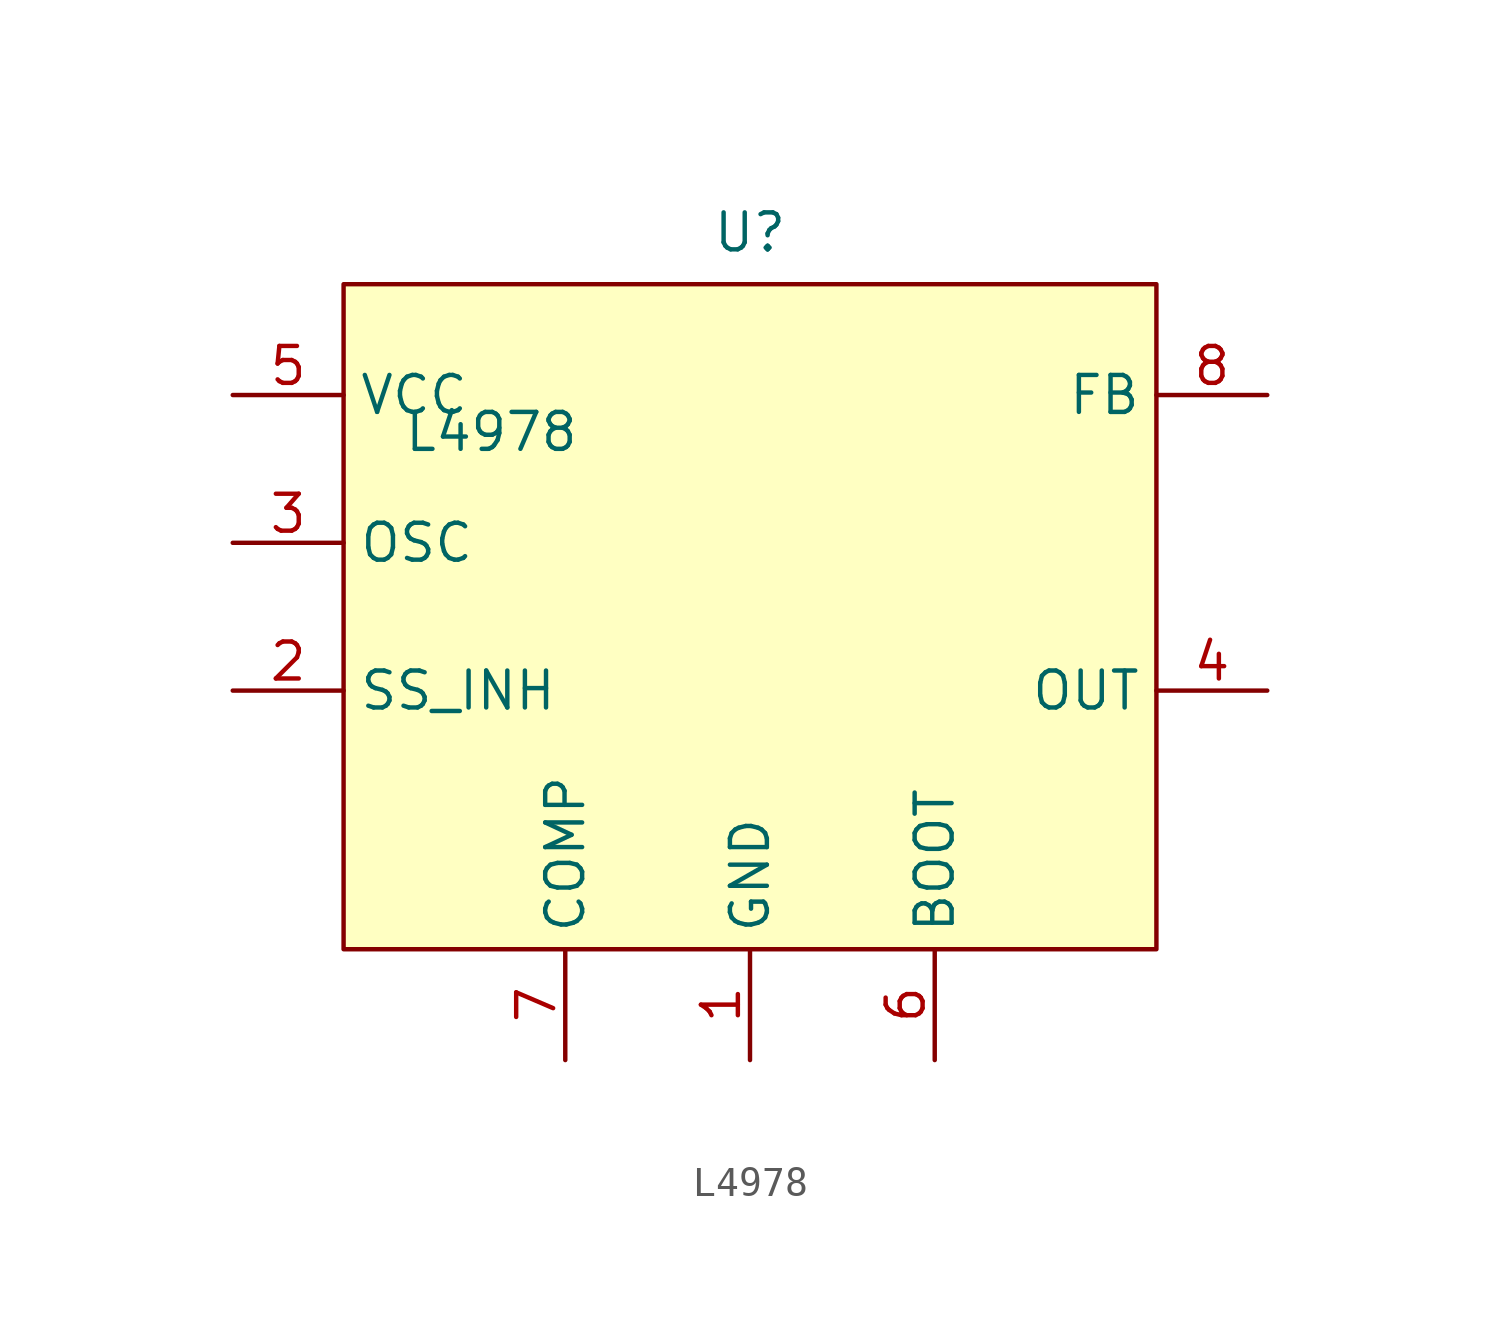
<source format=kicad_sym>
(kicad_symbol_lib
  (version 20241209)
  (generator "kicad_symbol_editor")
  (generator_version "9.0")
  (symbol "L4978"
    (property "Reference" "U"
      (at 0 10.668 0)
      (effects (font (size 1.27 1.27))))
    (property "Value" "L4978"
      (at -8.89 3.81 0)
      (effects (font (size 1.27 1.27))))
    (symbol "L4978_0_1"
      (rectangle (start -13.97 8.89) (end 13.97 -13.97) (stroke (width 0) (type default)) (fill (type background))))
    (symbol "L4978_1_1"
      (pin passive line (at -17.78 5.08 0) (length 3.81) (name "VCC" (effects (font (size 1.27 1.27)))) (number "5" (effects (font (size 1.27 1.27)))))
      (pin passive line (at -17.78 0 0) (length 3.81) (name "OSC" (effects (font (size 1.27 1.27)))) (number "3" (effects (font (size 1.27 1.27)))))
      (pin passive line (at -17.78 -5.08 0) (length 3.81) (name "SS_INH" (effects (font (size 1.27 1.27)))) (number "2" (effects (font (size 1.27 1.27)))))
      (pin passive line (at -6.35 -17.78 90) (length 3.81) (name "COMP" (effects (font (size 1.27 1.27)))) (number "7" (effects (font (size 1.27 1.27)))))
      (pin passive line (at 0 -17.78 90) (length 3.81) (name "GND" (effects (font (size 1.27 1.27)))) (number "1" (effects (font (size 1.27 1.27)))))
      (pin passive line (at 6.35 -17.78 90) (length 3.81) (name "BOOT" (effects (font (size 1.27 1.27)))) (number "6" (effects (font (size 1.27 1.27)))))
      (pin passive line (at 17.78 5.08 180) (length 3.81) (name "FB" (effects (font (size 1.27 1.27)))) (number "8" (effects (font (size 1.27 1.27)))))
      (pin passive line (at 17.78 -5.08 180) (length 3.81) (name "OUT" (effects (font (size 1.27 1.27)))) (number "4" (effects (font (size 1.27 1.27))))))))
</source>
